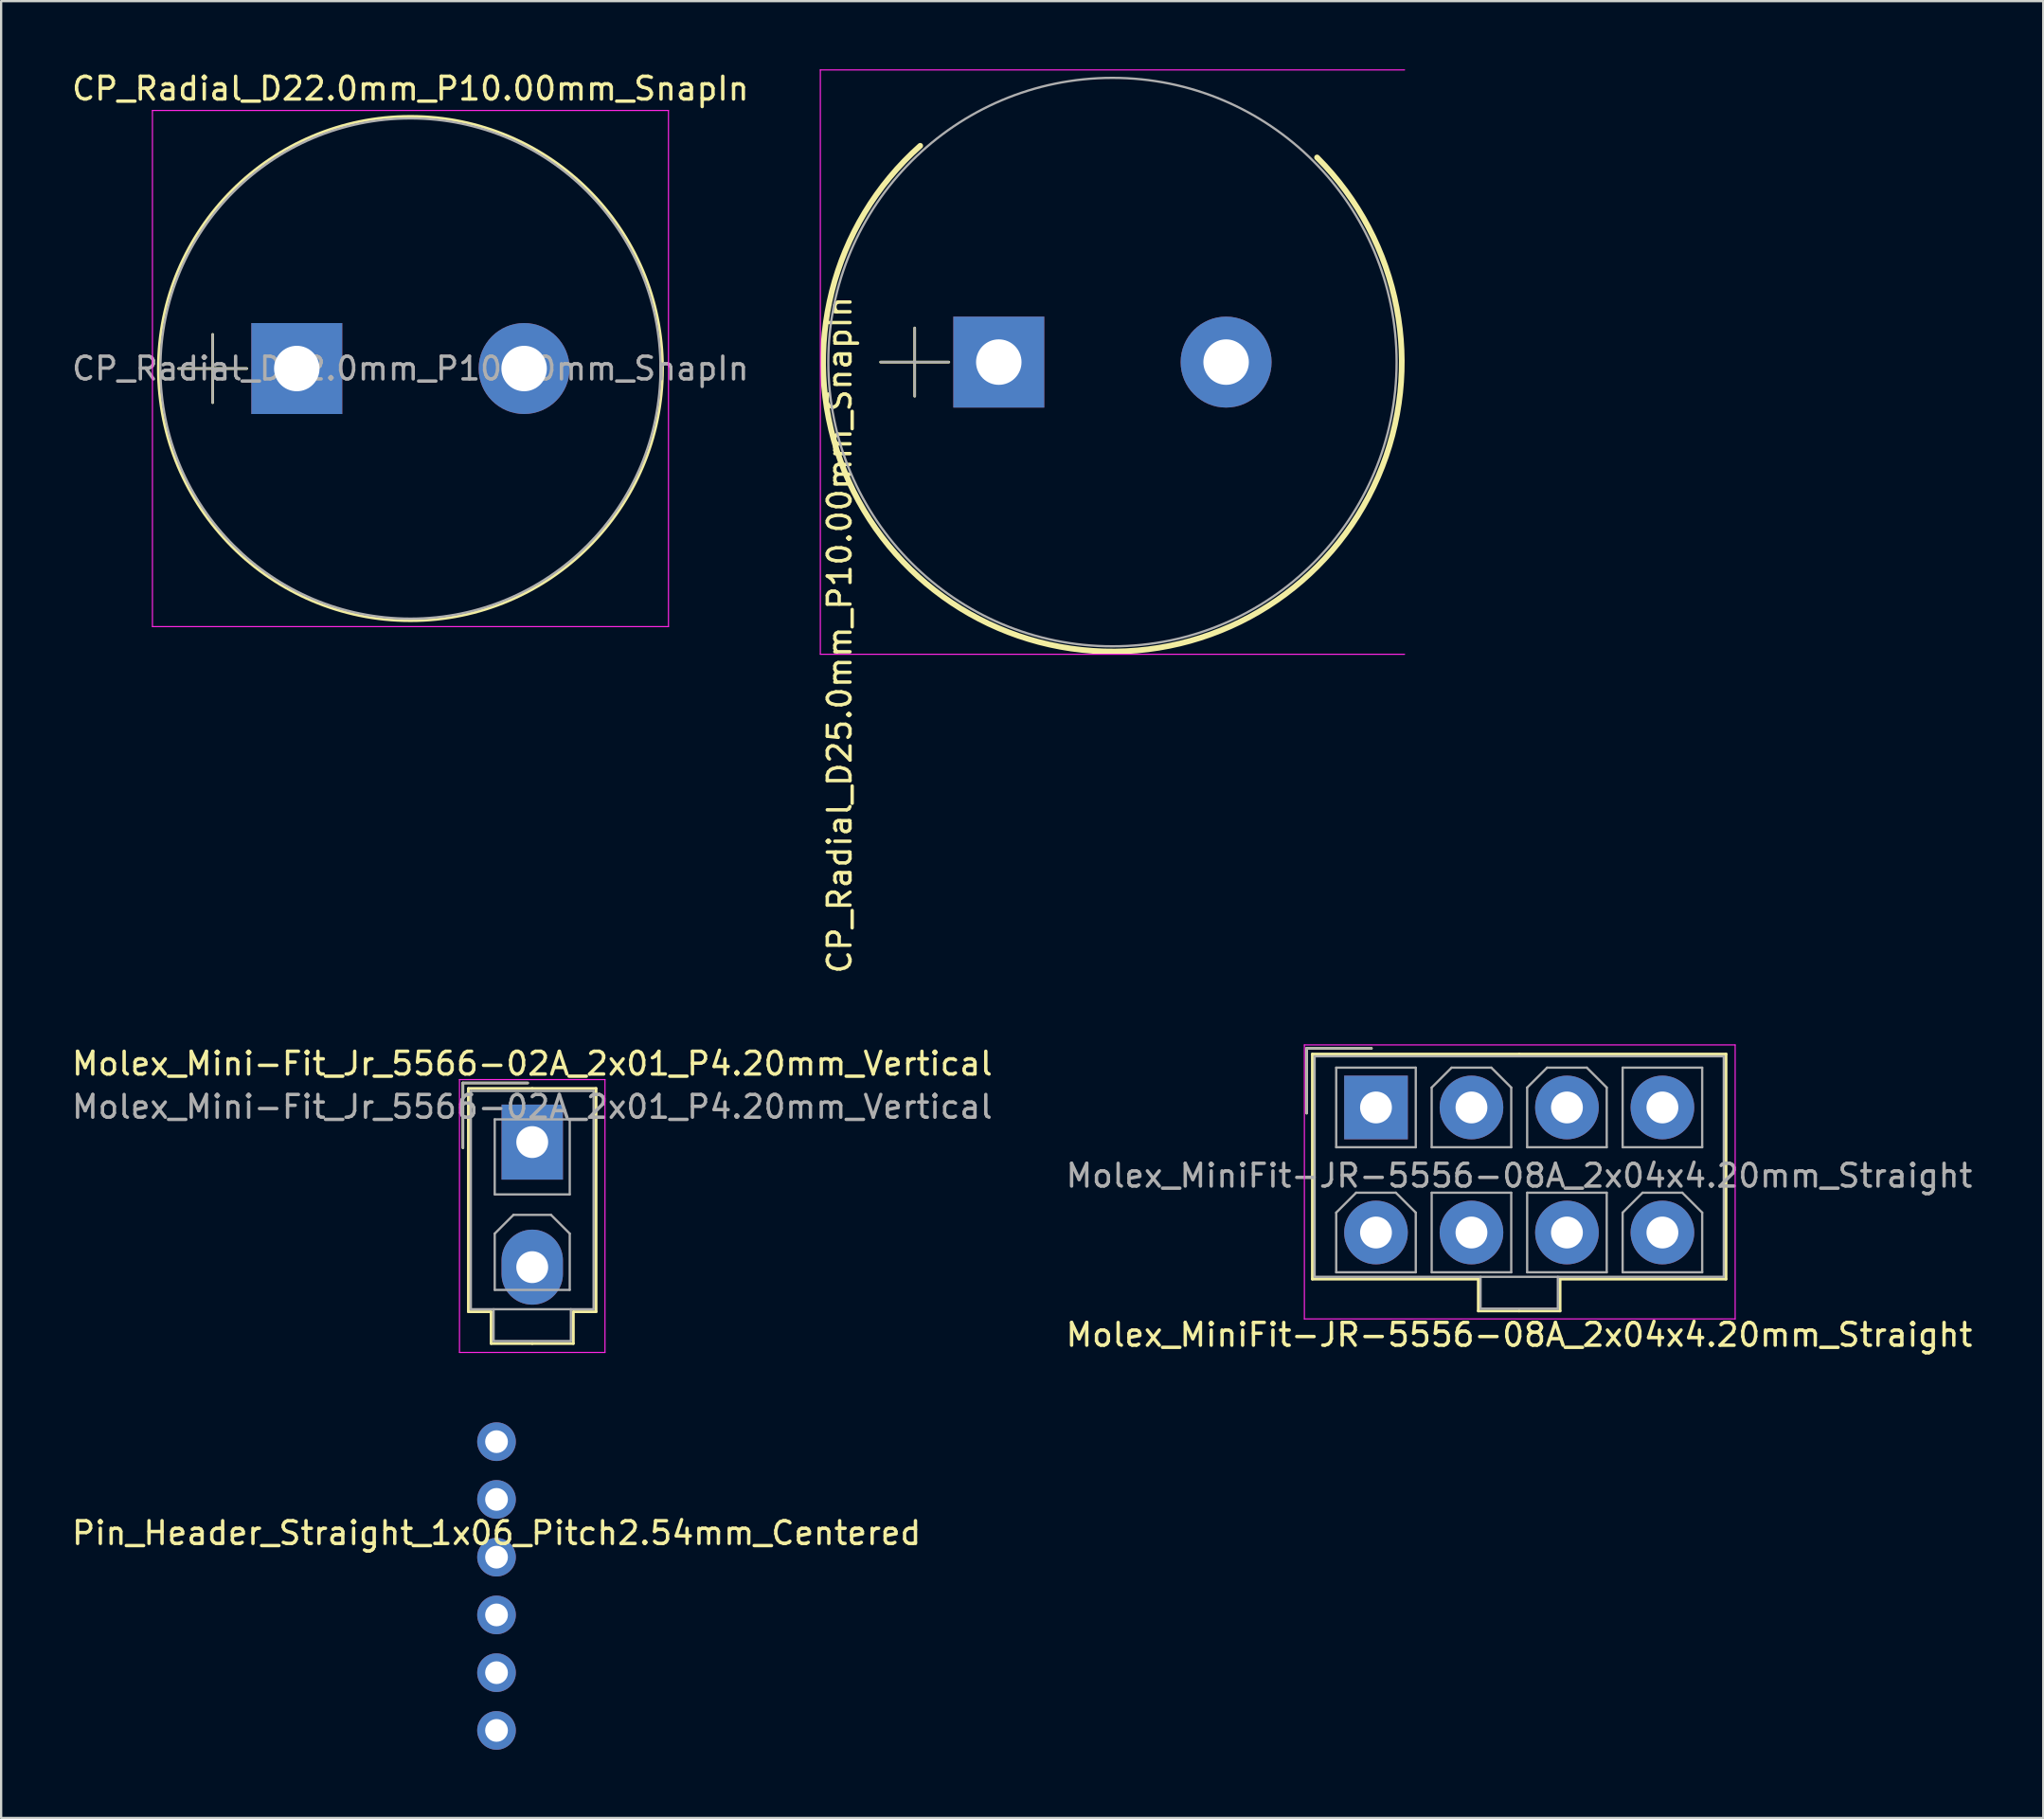
<source format=kicad_pcb>
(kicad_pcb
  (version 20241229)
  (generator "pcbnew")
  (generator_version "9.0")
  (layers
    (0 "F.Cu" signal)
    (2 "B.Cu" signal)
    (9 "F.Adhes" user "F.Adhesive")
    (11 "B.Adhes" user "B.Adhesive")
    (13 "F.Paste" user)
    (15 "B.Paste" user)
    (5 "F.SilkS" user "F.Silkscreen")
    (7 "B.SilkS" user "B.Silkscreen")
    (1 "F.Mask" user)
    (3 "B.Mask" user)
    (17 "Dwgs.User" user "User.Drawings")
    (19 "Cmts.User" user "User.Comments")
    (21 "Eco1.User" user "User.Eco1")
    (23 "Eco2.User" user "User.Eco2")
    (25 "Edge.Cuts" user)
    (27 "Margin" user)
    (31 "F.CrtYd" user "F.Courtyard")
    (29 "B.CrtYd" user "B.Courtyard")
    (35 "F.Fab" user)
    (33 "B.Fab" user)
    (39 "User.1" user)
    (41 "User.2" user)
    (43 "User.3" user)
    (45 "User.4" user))
  (footprint "Molex_MiniFit-JR-5556-08A_2x04x4.20mm_Straight"
    (layer "F.Cu")
    (at 57.48 45.656)
    (property "Reference" "Molex_MiniFit-JR-5556-08A_2x04x4.20mm_Straight" (at 6.3 10 0) (layer "F.SilkS") (effects (font (size 1 1) (thickness 0.15))))
    (attr through_hole)
    (fp_line (start -3.05 -2.6) (end -3.05 0.25) (stroke (width 0.12) (type solid)) (layer "F.SilkS"))
    (fp_line (start -2.8 -2.35) (end -2.8 7.55) (stroke (width 0.12) (type solid)) (layer "F.SilkS"))
    (fp_line (start -2.8 7.55) (end 4.5 7.55) (stroke (width 0.12) (type solid)) (layer "F.SilkS"))
    (fp_line (start -0.2 -2.6) (end -3.05 -2.6) (stroke (width 0.12) (type solid)) (layer "F.SilkS"))
    (fp_line (start 4.5 7.55) (end 4.5 8.95) (stroke (width 0.12) (type solid)) (layer "F.SilkS"))
    (fp_line (start 4.5 8.95) (end 6.3 8.95) (stroke (width 0.12) (type solid)) (layer "F.SilkS"))
    (fp_line (start 6.3 -2.35) (end -2.8 -2.35) (stroke (width 0.12) (type solid)) (layer "F.SilkS"))
    (fp_line (start 6.3 -2.35) (end 15.4 -2.35) (stroke (width 0.12) (type solid)) (layer "F.SilkS"))
    (fp_line (start 8.1 7.55) (end 8.1 8.95) (stroke (width 0.12) (type solid)) (layer "F.SilkS"))
    (fp_line (start 8.1 8.95) (end 6.3 8.95) (stroke (width 0.12) (type solid)) (layer "F.SilkS"))
    (fp_line (start 15.4 -2.35) (end 15.4 7.55) (stroke (width 0.12) (type solid)) (layer "F.SilkS"))
    (fp_line (start 15.4 7.55) (end 8.1 7.55) (stroke (width 0.12) (type solid)) (layer "F.SilkS"))
    (fp_line (start -3.15 -2.75) (end -3.15 9.3) (stroke (width 0.05) (type solid)) (layer "F.CrtYd"))
    (fp_line (start -3.15 9.3) (end 15.8 9.3) (stroke (width 0.05) (type solid)) (layer "F.CrtYd"))
    (fp_line (start 15.8 -2.75) (end -3.15 -2.75) (stroke (width 0.05) (type solid)) (layer "F.CrtYd"))
    (fp_line (start 15.8 9.3) (end 15.8 -2.75) (stroke (width 0.05) (type solid)) (layer "F.CrtYd"))
    (fp_line (start -3.05 -2.6) (end -3.05 0.25) (stroke (width 0.1) (type solid)) (layer "F.Fab"))
    (fp_line (start -2.7 -2.25) (end -2.7 7.45) (stroke (width 0.1) (type solid)) (layer "F.Fab"))
    (fp_line (start -2.7 7.45) (end 15.3 7.45) (stroke (width 0.1) (type solid)) (layer "F.Fab"))
    (fp_line (start -1.75 -1.75) (end -1.75 1.75) (stroke (width 0.1) (type solid)) (layer "F.Fab"))
    (fp_line (start -1.75 1.75) (end 1.75 1.75) (stroke (width 0.1) (type solid)) (layer "F.Fab"))
    (fp_line (start -1.75 4.625) (end -0.875 3.75) (stroke (width 0.1) (type solid)) (layer "F.Fab"))
    (fp_line (start -1.75 7.25) (end -1.75 4.625) (stroke (width 0.1) (type solid)) (layer "F.Fab"))
    (fp_line (start -0.875 3.75) (end 0.875 3.75) (stroke (width 0.1) (type solid)) (layer "F.Fab"))
    (fp_line (start -0.2 -2.6) (end -3.05 -2.6) (stroke (width 0.1) (type solid)) (layer "F.Fab"))
    (fp_line (start 0.875 3.75) (end 1.75 4.625) (stroke (width 0.1) (type solid)) (layer "F.Fab"))
    (fp_line (start 1.75 -1.75) (end -1.75 -1.75) (stroke (width 0.1) (type solid)) (layer "F.Fab"))
    (fp_line (start 1.75 1.75) (end 1.75 -1.75) (stroke (width 0.1) (type solid)) (layer "F.Fab"))
    (fp_line (start 1.75 4.625) (end 1.75 7.25) (stroke (width 0.1) (type solid)) (layer "F.Fab"))
    (fp_line (start 1.75 7.25) (end -1.75 7.25) (stroke (width 0.1) (type solid)) (layer "F.Fab"))
    (fp_line (start 2.45 -0.875) (end 3.325 -1.75) (stroke (width 0.1) (type solid)) (layer "F.Fab"))
    (fp_line (start 2.45 1.75) (end 2.45 -0.875) (stroke (width 0.1) (type solid)) (layer "F.Fab"))
    (fp_line (start 2.45 3.75) (end 2.45 7.25) (stroke (width 0.1) (type solid)) (layer "F.Fab"))
    (fp_line (start 2.45 7.25) (end 5.95 7.25) (stroke (width 0.1) (type solid)) (layer "F.Fab"))
    (fp_line (start 3.325 -1.75) (end 5.075 -1.75) (stroke (width 0.1) (type solid)) (layer "F.Fab"))
    (fp_line (start 4.6 7.45) (end 4.6 8.85) (stroke (width 0.1) (type solid)) (layer "F.Fab"))
    (fp_line (start 4.6 8.85) (end 8 8.85) (stroke (width 0.1) (type solid)) (layer "F.Fab"))
    (fp_line (start 5.075 -1.75) (end 5.95 -0.875) (stroke (width 0.1) (type solid)) (layer "F.Fab"))
    (fp_line (start 5.95 -0.875) (end 5.95 1.75) (stroke (width 0.1) (type solid)) (layer "F.Fab"))
    (fp_line (start 5.95 1.75) (end 2.45 1.75) (stroke (width 0.1) (type solid)) (layer "F.Fab"))
    (fp_line (start 5.95 3.75) (end 2.45 3.75) (stroke (width 0.1) (type solid)) (layer "F.Fab"))
    (fp_line (start 5.95 7.25) (end 5.95 3.75) (stroke (width 0.1) (type solid)) (layer "F.Fab"))
    (fp_line (start 6.65 -0.875) (end 7.525 -1.75) (stroke (width 0.1) (type solid)) (layer "F.Fab"))
    (fp_line (start 6.65 1.75) (end 6.65 -0.875) (stroke (width 0.1) (type solid)) (layer "F.Fab"))
    (fp_line (start 6.65 3.75) (end 6.65 7.25) (stroke (width 0.1) (type solid)) (layer "F.Fab"))
    (fp_line (start 6.65 7.25) (end 10.15 7.25) (stroke (width 0.1) (type solid)) (layer "F.Fab"))
    (fp_line (start 7.525 -1.75) (end 9.275 -1.75) (stroke (width 0.1) (type solid)) (layer "F.Fab"))
    (fp_line (start 8 8.85) (end 8 7.45) (stroke (width 0.1) (type solid)) (layer "F.Fab"))
    (fp_line (start 9.275 -1.75) (end 10.15 -0.875) (stroke (width 0.1) (type solid)) (layer "F.Fab"))
    (fp_line (start 10.15 -0.875) (end 10.15 1.75) (stroke (width 0.1) (type solid)) (layer "F.Fab"))
    (fp_line (start 10.15 1.75) (end 6.65 1.75) (stroke (width 0.1) (type solid)) (layer "F.Fab"))
    (fp_line (start 10.15 3.75) (end 6.65 3.75) (stroke (width 0.1) (type solid)) (layer "F.Fab"))
    (fp_line (start 10.15 7.25) (end 10.15 3.75) (stroke (width 0.1) (type solid)) (layer "F.Fab"))
    (fp_line (start 10.85 -1.75) (end 10.85 1.75) (stroke (width 0.1) (type solid)) (layer "F.Fab"))
    (fp_line (start 10.85 1.75) (end 14.35 1.75) (stroke (width 0.1) (type solid)) (layer "F.Fab"))
    (fp_line (start 10.85 4.625) (end 11.725 3.75) (stroke (width 0.1) (type solid)) (layer "F.Fab"))
    (fp_line (start 10.85 7.25) (end 10.85 4.625) (stroke (width 0.1) (type solid)) (layer "F.Fab"))
    (fp_line (start 11.725 3.75) (end 13.475 3.75) (stroke (width 0.1) (type solid)) (layer "F.Fab"))
    (fp_line (start 13.475 3.75) (end 14.35 4.625) (stroke (width 0.1) (type solid)) (layer "F.Fab"))
    (fp_line (start 14.35 -1.75) (end 10.85 -1.75) (stroke (width 0.1) (type solid)) (layer "F.Fab"))
    (fp_line (start 14.35 1.75) (end 14.35 -1.75) (stroke (width 0.1) (type solid)) (layer "F.Fab"))
    (fp_line (start 14.35 4.625) (end 14.35 7.25) (stroke (width 0.1) (type solid)) (layer "F.Fab"))
    (fp_line (start 14.35 7.25) (end 10.85 7.25) (stroke (width 0.1) (type solid)) (layer "F.Fab"))
    (fp_line (start 15.3 -2.25) (end -2.7 -2.25) (stroke (width 0.1) (type solid)) (layer "F.Fab"))
    (fp_line (start 15.3 7.45) (end 15.3 -2.25) (stroke (width 0.1) (type solid)) (layer "F.Fab"))
    (fp_text user "${REFERENCE}" (at 6.3 3 0) (layer "F.Fab") (effects (font (size 1 1) (thickness 0.15))))
    (pad "1" thru_hole rect (at 0 0) (size 2.8 2.8) (drill 1.4) (layers "*.Cu" "*.Mask"))
    (pad "2" thru_hole circle (at 4.2 0) (size 2.8 2.8) (drill 1.4) (layers "*.Cu" "*.Mask"))
    (pad "3" thru_hole circle (at 8.4 0) (size 2.8 2.8) (drill 1.4) (layers "*.Cu" "*.Mask"))
    (pad "4" thru_hole circle (at 12.6 0) (size 2.8 2.8) (drill 1.4) (layers "*.Cu" "*.Mask"))
    (pad "5" thru_hole circle (at 0 5.5) (size 2.8 2.8) (drill 1.4) (layers "*.Cu" "*.Mask"))
    (pad "6" thru_hole circle (at 4.2 5.5) (size 2.8 2.8) (drill 1.4) (layers "*.Cu" "*.Mask"))
    (pad "7" thru_hole circle (at 8.4 5.5) (size 2.8 2.8) (drill 1.4) (layers "*.Cu" "*.Mask"))
    (pad "8" thru_hole circle (at 12.6 5.5) (size 2.8 2.8) (drill 1.4) (layers "*.Cu" "*.Mask")))
  (footprint "CP_Radial_D25.0mm_P10.00mm_SnapIn"
    (layer "F.Cu")
    (at 40.887 12.875)
    (property "Reference" "CP_Radial_D25.0mm_P10.00mm_SnapIn" (at -7 12 90) (layer "F.SilkS") (effects (font (size 1 1) (thickness 0.15))))
    (attr through_hole)
    (fp_line (start -5.2 0) (end -2.2 0) (stroke (width 0.12) (type solid)) (layer "F.SilkS"))
    (fp_line (start -3.7 -1.5) (end -3.7 1.5) (stroke (width 0.12) (type solid)) (layer "F.SilkS"))
    (fp_arc (start 14 -9) (mid 4.626134 12.72243) (end -3.455971 -9.512968) (stroke (width 0.25) (type solid)) (layer "F.SilkS"))
    (fp_line (start -7.85 -12.85) (end -7.85 12.85) (stroke (width 0.05) (type solid)) (layer "F.CrtYd"))
    (fp_line (start -7.85 12.85) (end 17.85 12.85) (stroke (width 0.05) (type solid)) (layer "F.CrtYd"))
    (fp_line (start 17.85 -12.85) (end -7.85 -12.85) (stroke (width 0.05) (type solid)) (layer "F.CrtYd"))
    (fp_line (start -5.2 0) (end -2.2 0) (stroke (width 0.1) (type solid)) (layer "F.Fab"))
    (fp_line (start -3.7 -1.5) (end -3.7 1.5) (stroke (width 0.1) (type solid)) (layer "F.Fab"))
    (fp_circle (center 5 0) (end 17.5 0) (stroke (width 0.1) (type solid)) (fill no) (layer "F.Fab"))
    (pad "1" thru_hole rect (at 0 0) (size 4 4) (drill 2) (layers "*.Cu" "*.Mask"))
    (pad "2" thru_hole circle (at 10 0) (size 4 4) (drill 2) (layers "*.Cu" "*.Mask")))
  (footprint "Molex_Mini-Fit_Jr_5566-02A_2x01_P4.20mm_Vertical"
    (layer "F.Cu")
    (at 20.363 47.179)
    (property "Reference" "Molex_Mini-Fit_Jr_5566-02A_2x01_P4.20mm_Vertical" (at 0 -3.45 0) (layer "F.SilkS") (effects (font (size 1 1) (thickness 0.15))))
    (attr through_hole)
    (fp_line (start -3.05 -2.6) (end -3.05 0.25) (stroke (width 0.12) (type solid)) (layer "F.SilkS"))
    (fp_line (start -2.81 -2.36) (end -2.81 7.46) (stroke (width 0.12) (type solid)) (layer "F.SilkS"))
    (fp_line (start -2.81 7.46) (end -1.81 7.46) (stroke (width 0.12) (type solid)) (layer "F.SilkS"))
    (fp_line (start -1.81 7.46) (end -1.81 8.86) (stroke (width 0.12) (type solid)) (layer "F.SilkS"))
    (fp_line (start -1.81 8.86) (end 0 8.86) (stroke (width 0.12) (type solid)) (layer "F.SilkS"))
    (fp_line (start -0.2 -2.6) (end -3.05 -2.6) (stroke (width 0.12) (type solid)) (layer "F.SilkS"))
    (fp_line (start 0 -2.36) (end -2.81 -2.36) (stroke (width 0.12) (type solid)) (layer "F.SilkS"))
    (fp_line (start 0 -2.36) (end 2.81 -2.36) (stroke (width 0.12) (type solid)) (layer "F.SilkS"))
    (fp_line (start 1.81 7.46) (end 1.81 8.86) (stroke (width 0.12) (type solid)) (layer "F.SilkS"))
    (fp_line (start 1.81 8.86) (end 0 8.86) (stroke (width 0.12) (type solid)) (layer "F.SilkS"))
    (fp_line (start 2.81 -2.36) (end 2.81 7.46) (stroke (width 0.12) (type solid)) (layer "F.SilkS"))
    (fp_line (start 2.81 7.46) (end 1.81 7.46) (stroke (width 0.12) (type solid)) (layer "F.SilkS"))
    (fp_line (start -3.2 -2.75) (end -3.2 9.25) (stroke (width 0.05) (type solid)) (layer "F.CrtYd"))
    (fp_line (start -3.2 9.25) (end 3.2 9.25) (stroke (width 0.05) (type solid)) (layer "F.CrtYd"))
    (fp_line (start 3.2 -2.75) (end -3.2 -2.75) (stroke (width 0.05) (type solid)) (layer "F.CrtYd"))
    (fp_line (start 3.2 9.25) (end 3.2 -2.75) (stroke (width 0.05) (type solid)) (layer "F.CrtYd"))
    (fp_line (start -3.05 -2.6) (end -3.05 0.25) (stroke (width 0.1) (type solid)) (layer "F.Fab"))
    (fp_line (start -2.7 -2.25) (end -2.7 7.35) (stroke (width 0.1) (type solid)) (layer "F.Fab"))
    (fp_line (start -2.7 7.35) (end 2.7 7.35) (stroke (width 0.1) (type solid)) (layer "F.Fab"))
    (fp_line (start -1.7 7.35) (end -1.7 8.75) (stroke (width 0.1) (type solid)) (layer "F.Fab"))
    (fp_line (start -1.7 8.75) (end 1.7 8.75) (stroke (width 0.1) (type solid)) (layer "F.Fab"))
    (fp_line (start -1.65 -1) (end -1.65 2.3) (stroke (width 0.1) (type solid)) (layer "F.Fab"))
    (fp_line (start -1.65 2.3) (end 1.65 2.3) (stroke (width 0.1) (type solid)) (layer "F.Fab"))
    (fp_line (start -1.65 4.025) (end -0.825 3.2) (stroke (width 0.1) (type solid)) (layer "F.Fab"))
    (fp_line (start -1.65 6.5) (end -1.65 4.025) (stroke (width 0.1) (type solid)) (layer "F.Fab"))
    (fp_line (start -0.825 3.2) (end 0.825 3.2) (stroke (width 0.1) (type solid)) (layer "F.Fab"))
    (fp_line (start -0.2 -2.6) (end -3.05 -2.6) (stroke (width 0.1) (type solid)) (layer "F.Fab"))
    (fp_line (start 0.825 3.2) (end 1.65 4.025) (stroke (width 0.1) (type solid)) (layer "F.Fab"))
    (fp_line (start 1.65 -1) (end -1.65 -1) (stroke (width 0.1) (type solid)) (layer "F.Fab"))
    (fp_line (start 1.65 2.3) (end 1.65 -1) (stroke (width 0.1) (type solid)) (layer "F.Fab"))
    (fp_line (start 1.65 4.025) (end 1.65 6.5) (stroke (width 0.1) (type solid)) (layer "F.Fab"))
    (fp_line (start 1.65 6.5) (end -1.65 6.5) (stroke (width 0.1) (type solid)) (layer "F.Fab"))
    (fp_line (start 1.7 8.75) (end 1.7 7.35) (stroke (width 0.1) (type solid)) (layer "F.Fab"))
    (fp_line (start 2.7 -2.25) (end -2.7 -2.25) (stroke (width 0.1) (type solid)) (layer "F.Fab"))
    (fp_line (start 2.7 7.35) (end 2.7 -2.25) (stroke (width 0.1) (type solid)) (layer "F.Fab"))
    (fp_text user "${REFERENCE}" (at 0 -1.55 0) (layer "F.Fab") (effects (font (size 1 1) (thickness 0.15))))
    (pad "1" thru_hole rect (at 0 0) (size 2.7 3.3) (drill 1.4) (layers "*.Cu" "*.Mask"))
    (pad "2" thru_hole oval (at 0 5.5) (size 2.7 3.3) (drill 1.4) (layers "*.Cu" "*.Mask")))
  (footprint "CP_Radial_D22.0mm_P10.00mm_SnapIn"
    (placed yes)
    (layer "F.Cu")
    (at 10.006 13.158)
    (property "Reference" "CP_Radial_D22.0mm_P10.00mm_SnapIn" (at 5 -12.31 0) (layer "F.SilkS") (effects (font (size 1 1) (thickness 0.15))))
    (attr through_hole)
    (fp_line (start -5.2 0) (end -2.2 0) (stroke (width 0.12) (type solid)) (layer "F.SilkS"))
    (fp_line (start -3.7 -1.5) (end -3.7 1.5) (stroke (width 0.12) (type solid)) (layer "F.SilkS"))
    (fp_circle (center 5 0) (end 16.09 0) (stroke (width 0.12) (type solid)) (fill no) (layer "F.SilkS"))
    (fp_line (start -6.35 -11.35) (end -6.35 11.35) (stroke (width 0.05) (type solid)) (layer "F.CrtYd"))
    (fp_line (start -6.35 11.35) (end 16.35 11.35) (stroke (width 0.05) (type solid)) (layer "F.CrtYd"))
    (fp_line (start 16.35 -11.35) (end -6.35 -11.35) (stroke (width 0.05) (type solid)) (layer "F.CrtYd"))
    (fp_line (start 16.35 11.35) (end 16.35 -11.35) (stroke (width 0.05) (type solid)) (layer "F.CrtYd"))
    (fp_line (start -5.2 0) (end -2.2 0) (stroke (width 0.1) (type solid)) (layer "F.Fab"))
    (fp_line (start -3.7 -1.5) (end -3.7 1.5) (stroke (width 0.1) (type solid)) (layer "F.Fab"))
    (fp_circle (center 5 0) (end 16 0) (stroke (width 0.1) (type solid)) (fill no) (layer "F.Fab"))
    (fp_text user "${REFERENCE}" (at 5 0 0) (layer "F.Fab") (effects (font (size 1 1) (thickness 0.15))))
    (pad "1" thru_hole rect (at 0 0) (size 4 4) (drill 2) (layers "*.Cu" "*.Mask"))
    (pad "2" thru_hole circle (at 10 0) (size 4 4) (drill 2) (layers "*.Cu" "*.Mask")))
  (footprint "Pin_Header_Straight_1x06_Pitch2.54mm_Centered"
    (layer "F.Cu")
    (at 18.792 66.704)
    (property "Reference" "Pin_Header_Straight_1x06_Pitch2.54mm_Centered" (at 0 -2.33 0) (layer "F.SilkS") (effects (font (size 1 1) (thickness 0.15))))
    (attr through_hole)
    (pad "1" thru_hole circle (at 0 -6.35) (size 1.7 1.7) (drill 1) (layers "*.Cu" "*.Mask"))
    (pad "2" thru_hole oval (at 0 -3.81) (size 1.7 1.7) (drill 1) (layers "*.Cu" "*.Mask"))
    (pad "3" thru_hole oval (at 0 -1.27) (size 1.7 1.7) (drill 1) (layers "*.Cu" "*.Mask"))
    (pad "4" thru_hole oval (at 0 1.27) (size 1.7 1.7) (drill 1) (layers "*.Cu" "*.Mask"))
    (pad "5" thru_hole oval (at 0 3.81) (size 1.7 1.7) (drill 1) (layers "*.Cu" "*.Mask"))
    (pad "6" thru_hole oval (at 0 6.35) (size 1.7 1.7) (drill 1) (layers "*.Cu" "*.Mask")))
  (gr_rect
    (start -3 -3)
    (end 86.833 76.904)
    (stroke (width 0.1) (type default))
    (fill no)
    (layer "Edge.Cuts")))
</source>
